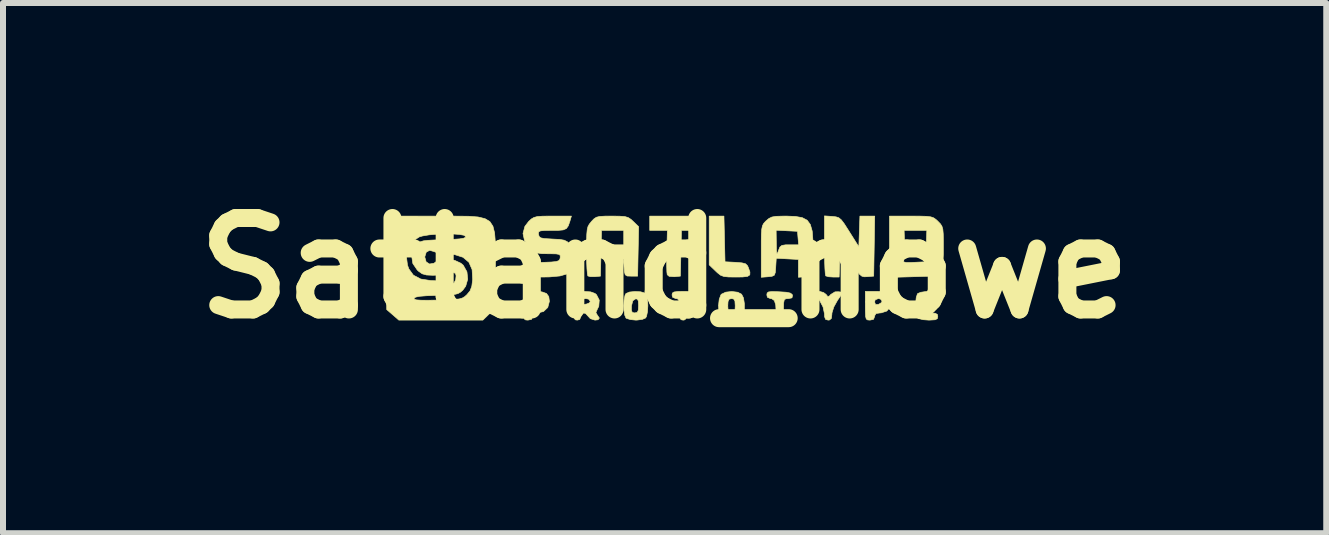
<source format=kicad_pcb>
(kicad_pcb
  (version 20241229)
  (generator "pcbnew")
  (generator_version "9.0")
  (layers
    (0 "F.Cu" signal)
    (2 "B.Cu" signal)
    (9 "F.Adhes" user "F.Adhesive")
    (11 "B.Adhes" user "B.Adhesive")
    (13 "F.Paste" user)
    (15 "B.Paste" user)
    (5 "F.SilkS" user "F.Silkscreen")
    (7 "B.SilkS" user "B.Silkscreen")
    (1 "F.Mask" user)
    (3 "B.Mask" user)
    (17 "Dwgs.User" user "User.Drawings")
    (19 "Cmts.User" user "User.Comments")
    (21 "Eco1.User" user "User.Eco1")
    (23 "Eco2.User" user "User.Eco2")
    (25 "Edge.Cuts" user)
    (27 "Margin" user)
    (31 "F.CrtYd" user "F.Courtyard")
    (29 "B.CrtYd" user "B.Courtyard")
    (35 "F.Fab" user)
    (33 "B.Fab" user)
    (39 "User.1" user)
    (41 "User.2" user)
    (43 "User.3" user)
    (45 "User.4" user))
  (footprint "Satland_nowe"
    (layer "F.Cu")
    (at 8.026 1.418)
    (property "Reference" "Satland_nowe" (at 0 0 0) (layer "F.SilkS") (effects (font (size 1.524 1.524) (thickness 0.3))))
    (attr through_hole)
    (fp_poly (pts (xy 0.558 -0.628) (xy 0.281 -0.628) (xy 0.263 0.134) (xy 0.162 0.144) (xy 0.077 0.138) (xy 0.044 0.11) (xy 0.038 0.064) (xy 0.035 -0.028) (xy 0.034 -0.152) (xy 0.037 -0.28) (xy 0.046 -0.628) (xy -0.101 -0.628) (xy -0.248 -0.628) (xy -0.248 -0.867) (xy 0.558 -0.867) (xy 0.558 -0.628)) (stroke (width 0.01) (type solid)) (fill yes) (layer "F.SilkS"))
    (fp_poly (pts (xy 1.007 -0.105) (xy 1.186 -0.096) (xy 1.29 -0.087) (xy 1.349 -0.072) (xy 1.381 -0.041) (xy 1.395 -0.011) (xy 1.422 0.065) (xy 1.42 0.113) (xy 1.383 0.138) (xy 1.3 0.148) (xy 1.189 0.149) (xy 1.068 0.148) (xy 0.989 0.14) (xy 0.933 0.119) (xy 0.882 0.079) (xy 0.849 0.048) (xy 0.743 -0.054) (xy 0.743 -0.867) (xy 0.989 -0.867) (xy 1.007 -0.105)) (stroke (width 0.01) (type solid)) (fill yes) (layer "F.SilkS"))
    (fp_poly (pts (xy 2.649 0.407) (xy 2.692 0.439) (xy 2.693 0.441) (xy 2.721 0.476) (xy 2.748 0.464) (xy 2.77 0.439) (xy 2.84 0.396) (xy 2.894 0.394) (xy 2.974 0.403) (xy 2.881 0.538) (xy 2.82 0.648) (xy 2.789 0.748) (xy 2.788 0.769) (xy 2.78 0.838) (xy 2.748 0.865) (xy 2.726 0.867) (xy 2.683 0.855) (xy 2.666 0.81) (xy 2.664 0.76) (xy 2.641 0.649) (xy 2.586 0.544) (xy 2.539 0.473) (xy 2.512 0.422) (xy 2.509 0.411) (xy 2.533 0.39) (xy 2.588 0.39) (xy 2.649 0.407)) (stroke (width 0.01) (type solid)) (fill yes) (layer "F.SilkS"))
    (fp_poly (pts (xy 0.434 0.39) (xy 0.495 0.399) (xy 0.521 0.418) (xy 0.527 0.446) (xy 0.5 0.498) (xy 0.457 0.513) (xy 0.417 0.526) (xy 0.394 0.558) (xy 0.383 0.627) (xy 0.378 0.695) (xy 0.37 0.793) (xy 0.355 0.845) (xy 0.328 0.865) (xy 0.308 0.867) (xy 0.274 0.86) (xy 0.256 0.83) (xy 0.249 0.763) (xy 0.248 0.687) (xy 0.246 0.587) (xy 0.236 0.533) (xy 0.213 0.511) (xy 0.186 0.508) (xy 0.134 0.487) (xy 0.124 0.448) (xy 0.13 0.416) (xy 0.158 0.398) (xy 0.221 0.39) (xy 0.325 0.388) (xy 0.434 0.39)) (stroke (width 0.01) (type solid)) (fill yes) (layer "F.SilkS"))
    (fp_poly (pts (xy -2.046 0.396) (xy -1.968 0.423) (xy -1.93 0.476) (xy -1.92 0.554) (xy -1.947 0.656) (xy -2.018 0.724) (xy -2.117 0.747) (xy -2.18 0.759) (xy -2.199 0.802) (xy -2.199 0.807) (xy -2.217 0.854) (xy -2.277 0.867) (xy -2.315 0.864) (xy -2.338 0.848) (xy -2.35 0.807) (xy -2.354 0.728) (xy -2.354 0.628) (xy -2.354 0.565) (xy -2.199 0.565) (xy -2.184 0.607) (xy -2.137 0.606) (xy -2.087 0.576) (xy -2.075 0.549) (xy -2.101 0.516) (xy -2.137 0.508) (xy -2.189 0.529) (xy -2.199 0.565) (xy -2.354 0.565) (xy -2.354 0.388) (xy -2.174 0.388) (xy -2.046 0.396)) (stroke (width 0.01) (type solid)) (fill yes) (layer "F.SilkS"))
    (fp_poly (pts (xy 1.893 0.394) (xy 1.912 0.395) (xy 2.028 0.402) (xy 2.094 0.416) (xy 2.125 0.438) (xy 2.132 0.456) (xy 2.123 0.496) (xy 2.067 0.508) (xy 2.062 0.508) (xy 2.018 0.512) (xy 1.994 0.531) (xy 1.984 0.582) (xy 1.982 0.677) (xy 1.982 0.687) (xy 1.98 0.787) (xy 1.97 0.842) (xy 1.948 0.863) (xy 1.92 0.867) (xy 1.881 0.858) (xy 1.863 0.82) (xy 1.859 0.74) (xy 1.859 0.735) (xy 1.852 0.613) (xy 1.829 0.541) (xy 1.787 0.511) (xy 1.762 0.508) (xy 1.713 0.486) (xy 1.704 0.447) (xy 1.709 0.415) (xy 1.733 0.397) (xy 1.79 0.391) (xy 1.893 0.394)) (stroke (width 0.01) (type solid)) (fill yes) (layer "F.SilkS"))
    (fp_poly (pts (xy 2.795 -0.861) (xy 2.857 -0.854) (xy 2.903 -0.839) (xy 2.945 -0.804) (xy 2.993 -0.741) (xy 3.059 -0.638) (xy 3.081 -0.603) (xy 3.237 -0.355) (xy 3.255 -0.867) (xy 3.502 -0.867) (xy 3.485 0.134) (xy 3.376 0.143) (xy 3.327 0.145) (xy 3.288 0.135) (xy 3.25 0.104) (xy 3.204 0.045) (xy 3.14 -0.053) (xy 3.098 -0.121) (xy 2.927 -0.393) (xy 2.918 -0.122) (xy 2.909 0.149) (xy 2.807 0.149) (xy 2.731 0.144) (xy 2.686 0.13) (xy 2.685 0.129) (xy 2.678 0.094) (xy 2.672 0.01) (xy 2.667 -0.114) (xy 2.664 -0.265) (xy 2.664 -0.38) (xy 2.664 -0.87) (xy 2.795 -0.861)) (stroke (width 0.01) (type solid)) (fill yes) (layer "F.SilkS"))
    (fp_poly (pts (xy 3.64 0.392) (xy 3.704 0.406) (xy 3.74 0.435) (xy 3.747 0.446) (xy 3.78 0.553) (xy 3.763 0.647) (xy 3.703 0.716) (xy 3.607 0.747) (xy 3.591 0.747) (xy 3.524 0.757) (xy 3.501 0.794) (xy 3.5 0.807) (xy 3.482 0.854) (xy 3.423 0.867) (xy 3.384 0.864) (xy 3.361 0.848) (xy 3.35 0.807) (xy 3.346 0.728) (xy 3.345 0.628) (xy 3.345 0.565) (xy 3.5 0.565) (xy 3.515 0.607) (xy 3.562 0.606) (xy 3.613 0.576) (xy 3.624 0.549) (xy 3.598 0.516) (xy 3.562 0.508) (xy 3.51 0.529) (xy 3.5 0.565) (xy 3.345 0.565) (xy 3.345 0.388) (xy 3.53 0.388) (xy 3.64 0.392)) (stroke (width 0.01) (type solid)) (fill yes) (layer "F.SilkS"))
    (fp_poly (pts (xy 1.218 0.402) (xy 1.283 0.435) (xy 1.315 0.498) (xy 1.33 0.595) (xy 1.329 0.7) (xy 1.309 0.79) (xy 1.3 0.809) (xy 1.264 0.846) (xy 1.198 0.863) (xy 1.115 0.867) (xy 1.014 0.861) (xy 0.957 0.84) (xy 0.93 0.809) (xy 0.905 0.727) (xy 0.899 0.628) (xy 1.053 0.628) (xy 1.058 0.706) (xy 1.079 0.74) (xy 1.115 0.747) (xy 1.156 0.737) (xy 1.174 0.697) (xy 1.177 0.628) (xy 1.172 0.549) (xy 1.151 0.515) (xy 1.115 0.508) (xy 1.075 0.518) (xy 1.057 0.559) (xy 1.053 0.628) (xy 0.899 0.628) (xy 0.899 0.623) (xy 0.91 0.522) (xy 0.937 0.448) (xy 0.947 0.435) (xy 1.019 0.401) (xy 1.119 0.39) (xy 1.218 0.402)) (stroke (width 0.01) (type solid)) (fill yes) (layer "F.SilkS"))
    (fp_poly (pts (xy -0.399 0.395) (xy -0.328 0.416) (xy -0.316 0.424) (xy -0.295 0.473) (xy -0.282 0.558) (xy -0.279 0.628) (xy -0.285 0.726) (xy -0.301 0.803) (xy -0.316 0.831) (xy -0.369 0.854) (xy -0.455 0.866) (xy -0.48 0.867) (xy -0.57 0.858) (xy -0.635 0.838) (xy -0.644 0.831) (xy -0.665 0.783) (xy -0.676 0.709) (xy -0.553 0.709) (xy -0.535 0.741) (xy -0.497 0.747) (xy -0.456 0.738) (xy -0.438 0.7) (xy -0.434 0.625) (xy -0.438 0.547) (xy -0.457 0.515) (xy -0.488 0.514) (xy -0.53 0.545) (xy -0.551 0.626) (xy -0.552 0.635) (xy -0.553 0.709) (xy -0.676 0.709) (xy -0.678 0.697) (xy -0.681 0.628) (xy -0.675 0.529) (xy -0.659 0.452) (xy -0.644 0.424) (xy -0.585 0.399) (xy -0.494 0.39) (xy -0.399 0.395)) (stroke (width 0.01) (type solid)) (fill yes) (layer "F.SilkS"))
    (fp_poly (pts (xy 4.261 -0.866) (xy 4.366 -0.863) (xy 4.436 -0.854) (xy 4.483 -0.838) (xy 4.522 -0.811) (xy 4.556 -0.779) (xy 4.596 -0.738) (xy 4.622 -0.698) (xy 4.637 -0.647) (xy 4.644 -0.569) (xy 4.646 -0.452) (xy 4.646 -0.376) (xy 4.646 -0.235) (xy 4.641 -0.139) (xy 4.63 -0.075) (xy 4.609 -0.028) (xy 4.576 0.015) (xy 4.556 0.037) (xy 4.466 0.134) (xy 4.107 0.145) (xy 3.748 0.155) (xy 3.748 -0.104) (xy 3.984 -0.104) (xy 4.023 -0.094) (xy 4.112 -0.094) (xy 4.156 -0.096) (xy 4.352 -0.105) (xy 4.37 -0.628) (xy 3.992 -0.628) (xy 4 -0.395) (xy 4.001 -0.279) (xy 3.996 -0.185) (xy 3.986 -0.129) (xy 3.984 -0.125) (xy 3.984 -0.104) (xy 3.748 -0.104) (xy 3.748 -0.867) (xy 4.107 -0.867) (xy 4.261 -0.866)) (stroke (width 0.01) (type solid)) (fill yes) (layer "F.SilkS"))
    (fp_poly (pts (xy -1.234 0.396) (xy -1.161 0.422) (xy -1.135 0.443) (xy -1.089 0.533) (xy -1.097 0.636) (xy -1.122 0.687) (xy -1.145 0.742) (xy -1.122 0.782) (xy -1.087 0.833) (xy -1.109 0.861) (xy -1.16 0.867) (xy -1.237 0.843) (xy -1.27 0.807) (xy -1.314 0.759) (xy -1.349 0.747) (xy -1.385 0.772) (xy -1.394 0.807) (xy -1.416 0.857) (xy -1.456 0.867) (xy -1.487 0.862) (xy -1.505 0.839) (xy -1.514 0.786) (xy -1.518 0.691) (xy -1.518 0.628) (xy -1.518 0.59) (xy -1.391 0.59) (xy -1.385 0.637) (xy -1.374 0.636) (xy -1.373 0.635) (xy -1.333 0.604) (xy -1.298 0.598) (xy -1.25 0.578) (xy -1.239 0.553) (xy -1.266 0.517) (xy -1.316 0.508) (xy -1.373 0.518) (xy -1.391 0.562) (xy -1.391 0.59) (xy -1.518 0.59) (xy -1.518 0.388) (xy -1.352 0.388) (xy -1.234 0.396)) (stroke (width 0.01) (type solid)) (fill yes) (layer "F.SilkS"))
    (fp_poly (pts (xy 4.499 0.392) (xy 4.54 0.404) (xy 4.543 0.43) (xy 4.541 0.436) (xy 4.525 0.483) (xy 4.522 0.496) (xy 4.496 0.504) (xy 4.431 0.508) (xy 4.36 0.517) (xy 4.321 0.538) (xy 4.335 0.557) (xy 4.401 0.567) (xy 4.43 0.568) (xy 4.511 0.571) (xy 4.545 0.588) (xy 4.549 0.626) (xy 4.548 0.635) (xy 4.53 0.682) (xy 4.483 0.695) (xy 4.44 0.693) (xy 4.366 0.695) (xy 4.323 0.714) (xy 4.322 0.715) (xy 4.334 0.737) (xy 4.404 0.747) (xy 4.428 0.747) (xy 4.509 0.752) (xy 4.546 0.772) (xy 4.553 0.807) (xy 4.545 0.843) (xy 4.509 0.861) (xy 4.43 0.866) (xy 4.405 0.867) (xy 4.309 0.86) (xy 4.237 0.842) (xy 4.219 0.831) (xy 4.196 0.778) (xy 4.185 0.69) (xy 4.184 0.587) (xy 4.193 0.493) (xy 4.213 0.431) (xy 4.219 0.424) (xy 4.27 0.403) (xy 4.358 0.39) (xy 4.408 0.388) (xy 4.499 0.392)) (stroke (width 0.01) (type solid)) (fill yes) (layer "F.SilkS"))
    (fp_poly (pts (xy -0.748 -0.865) (xy -0.663 -0.859) (xy -0.606 -0.842) (xy -0.56 -0.812) (xy -0.523 -0.778) (xy -0.432 -0.69) (xy -0.441 -0.278) (xy -0.449 0.134) (xy -0.558 0.134) (xy -0.623 0.132) (xy -0.656 0.112) (xy -0.67 0.061) (xy -0.675 -0.007) (xy -0.685 -0.149) (xy -0.854 -0.149) (xy -0.959 -0.154) (xy -1.012 -0.175) (xy -1.02 -0.223) (xy -0.994 -0.308) (xy -0.992 -0.312) (xy -0.965 -0.36) (xy -0.919 -0.382) (xy -0.835 -0.388) (xy -0.822 -0.388) (xy -0.681 -0.388) (xy -0.681 -0.628) (xy -1.051 -0.628) (xy -1.06 -0.247) (xy -1.069 0.134) (xy -1.163 0.143) (xy -1.236 0.143) (xy -1.279 0.131) (xy -1.287 0.095) (xy -1.294 0.01) (xy -1.299 -0.11) (xy -1.301 -0.255) (xy -1.301 -0.287) (xy -1.3 -0.448) (xy -1.297 -0.562) (xy -1.29 -0.639) (xy -1.277 -0.692) (xy -1.255 -0.732) (xy -1.223 -0.772) (xy -1.221 -0.775) (xy -1.179 -0.819) (xy -1.138 -0.847) (xy -1.082 -0.861) (xy -0.994 -0.866) (xy -0.878 -0.867) (xy -0.748 -0.865)) (stroke (width 0.01) (type solid)) (fill yes) (layer "F.SilkS"))
    (fp_poly (pts (xy 2.18 -0.861) (xy 2.294 -0.841) (xy 2.376 -0.798) (xy 2.429 -0.726) (xy 2.46 -0.617) (xy 2.472 -0.463) (xy 2.472 -0.258) (xy 2.471 -0.238) (xy 2.463 0.134) (xy 2.346 0.144) (xy 2.23 0.153) (xy 2.23 -0.144) (xy 2.046 -0.154) (xy 1.861 -0.164) (xy 1.852 -0.015) (xy 1.845 0.074) (xy 1.828 0.119) (xy 1.789 0.137) (xy 1.727 0.144) (xy 1.611 0.153) (xy 1.611 -0.278) (xy 1.611 -0.447) (xy 1.613 -0.566) (xy 1.618 -0.631) (xy 1.859 -0.631) (xy 1.862 -0.412) (xy 1.864 -0.304) (xy 1.869 -0.25) (xy 1.877 -0.242) (xy 1.892 -0.275) (xy 1.897 -0.291) (xy 1.921 -0.35) (xy 1.955 -0.378) (xy 2.019 -0.388) (xy 2.082 -0.388) (xy 2.234 -0.388) (xy 2.224 -0.501) (xy 2.215 -0.613) (xy 2.037 -0.622) (xy 1.859 -0.631) (xy 1.618 -0.631) (xy 1.619 -0.648) (xy 1.63 -0.702) (xy 1.648 -0.74) (xy 1.675 -0.771) (xy 1.692 -0.788) (xy 1.739 -0.827) (xy 1.788 -0.851) (xy 1.857 -0.863) (xy 1.963 -0.866) (xy 2.026 -0.867) (xy 2.18 -0.861)) (stroke (width 0.01) (type solid)) (fill yes) (layer "F.SilkS"))
    (fp_poly (pts (xy -1.579 -0.778) (xy -1.605 -0.704) (xy -1.637 -0.659) (xy -1.691 -0.636) (xy -1.781 -0.628) (xy -1.878 -0.628) (xy -1.996 -0.627) (xy -2.065 -0.621) (xy -2.096 -0.607) (xy -2.103 -0.581) (xy -2.101 -0.56) (xy -2.09 -0.525) (xy -2.063 -0.504) (xy -2.004 -0.492) (xy -1.9 -0.486) (xy -1.868 -0.484) (xy -1.749 -0.478) (xy -1.673 -0.465) (xy -1.621 -0.439) (xy -1.575 -0.396) (xy -1.566 -0.385) (xy -1.501 -0.275) (xy -1.487 -0.175) (xy -1.499 -0.054) (xy -1.542 0.034) (xy -1.621 0.095) (xy -1.743 0.131) (xy -1.915 0.147) (xy -2.026 0.149) (xy -2.154 0.147) (xy -2.258 0.14) (xy -2.323 0.13) (xy -2.336 0.123) (xy -2.339 0.079) (xy -2.322 0.008) (xy -2.32 0.005) (xy -2.287 -0.087) (xy -2.019 -0.096) (xy -1.889 -0.101) (xy -1.809 -0.109) (xy -1.765 -0.123) (xy -1.746 -0.146) (xy -1.74 -0.172) (xy -1.739 -0.208) (xy -1.757 -0.228) (xy -1.807 -0.237) (xy -1.904 -0.239) (xy -1.937 -0.239) (xy -2.051 -0.241) (xy -2.125 -0.253) (xy -2.181 -0.281) (xy -2.241 -0.333) (xy -2.249 -0.341) (xy -2.334 -0.456) (xy -2.36 -0.577) (xy -2.328 -0.696) (xy -2.264 -0.779) (xy -2.22 -0.819) (xy -2.177 -0.844) (xy -2.121 -0.859) (xy -2.038 -0.865) (xy -1.912 -0.867) (xy -1.863 -0.867) (xy -1.553 -0.867) (xy -1.579 -0.778)) (stroke (width 0.01) (type solid)) (fill yes) (layer "F.SilkS"))
    (fp_poly (pts (xy -3.737 -0.866) (xy -3.475 -0.866) (xy -3.267 -0.864) (xy -3.109 -0.852) (xy -2.993 -0.824) (xy -2.912 -0.775) (xy -2.861 -0.698) (xy -2.833 -0.586) (xy -2.821 -0.434) (xy -2.818 -0.235) (xy -2.819 0.016) (xy -2.819 0.663) (xy -3.029 0.867) (xy -4.429 0.867) (xy -4.53 0.779) (xy -4.631 0.692) (xy -4.633 0.503) (xy -4.175 0.503) (xy -4.17 0.519) (xy -4.135 0.53) (xy -4.062 0.535) (xy -3.944 0.536) (xy -3.783 0.533) (xy -3.617 0.528) (xy -3.501 0.523) (xy -3.423 0.514) (xy -3.371 0.499) (xy -3.333 0.477) (xy -3.296 0.444) (xy -3.294 0.442) (xy -3.242 0.379) (xy -3.213 0.303) (xy -3.199 0.191) (xy -3.199 0.188) (xy -3.208 0.025) (xy -3.261 -0.097) (xy -3.359 -0.18) (xy -3.506 -0.227) (xy -3.663 -0.239) (xy -3.757 -0.248) (xy -3.831 -0.27) (xy -3.837 -0.274) (xy -3.915 -0.296) (xy -3.972 -0.266) (xy -3.996 -0.19) (xy -3.996 -0.182) (xy -3.974 -0.104) (xy -3.918 -0.068) (xy -3.844 -0.081) (xy -3.809 -0.106) (xy -3.726 -0.143) (xy -3.614 -0.149) (xy -3.496 -0.128) (xy -3.395 -0.081) (xy -3.355 -0.047) (xy -3.294 0.062) (xy -3.281 0.185) (xy -3.315 0.302) (xy -3.364 0.369) (xy -3.403 0.402) (xy -3.444 0.425) (xy -3.501 0.439) (xy -3.586 0.447) (xy -3.714 0.453) (xy -3.803 0.455) (xy -3.97 0.461) (xy -4.083 0.47) (xy -4.149 0.484) (xy -4.175 0.502) (xy -4.175 0.503) (xy -4.633 0.503) (xy -4.64 0.02) (xy -4.643 -0.201) (xy -4.304 -0.201) (xy -4.285 -0.05) (xy -4.262 0.014) (xy -4.186 0.118) (xy -4.065 0.182) (xy -3.897 0.208) (xy -3.86 0.209) (xy -3.762 0.214) (xy -3.692 0.227) (xy -3.671 0.239) (xy -3.628 0.262) (xy -3.576 0.269) (xy -3.511 0.249) (xy -3.482 0.196) (xy -3.475 0.128) (xy -3.484 0.091) (xy -3.53 0.066) (xy -3.599 0.061) (xy -3.658 0.078) (xy -3.671 0.09) (xy -3.71 0.106) (xy -3.791 0.117) (xy -3.861 0.12) (xy -3.968 0.115) (xy -4.04 0.095) (xy -4.102 0.051) (xy -4.122 0.032) (xy -4.196 -0.077) (xy -4.215 -0.2) (xy -4.179 -0.322) (xy -4.138 -0.379) (xy -4.104 -0.415) (xy -4.069 -0.439) (xy -4.02 -0.454) (xy -3.944 -0.463) (xy -3.83 -0.469) (xy -3.689 -0.473) (xy -3.525 -0.479) (xy -3.415 -0.487) (xy -3.349 -0.498) (xy -3.319 -0.513) (xy -3.314 -0.525) (xy -3.343 -0.547) (xy -3.419 -0.561) (xy -3.529 -0.569) (xy -3.659 -0.57) (xy -3.796 -0.565) (xy -3.925 -0.554) (xy -4.032 -0.536) (xy -4.086 -0.521) (xy -4.201 -0.447) (xy -4.275 -0.336) (xy -4.304 -0.201) (xy -4.643 -0.201) (xy -4.65 -0.652) (xy -4.552 -0.759) (xy -4.454 -0.867) (xy -3.737 -0.866)) (stroke (width 0.01) (type solid)) (fill yes) (layer "F.SilkS")))
  (gr_rect
    (start -3 -3)
    (end 19.053 5.836)
    (stroke (width 0.1) (type default))
    (fill no)
    (layer "Edge.Cuts")))
</source>
